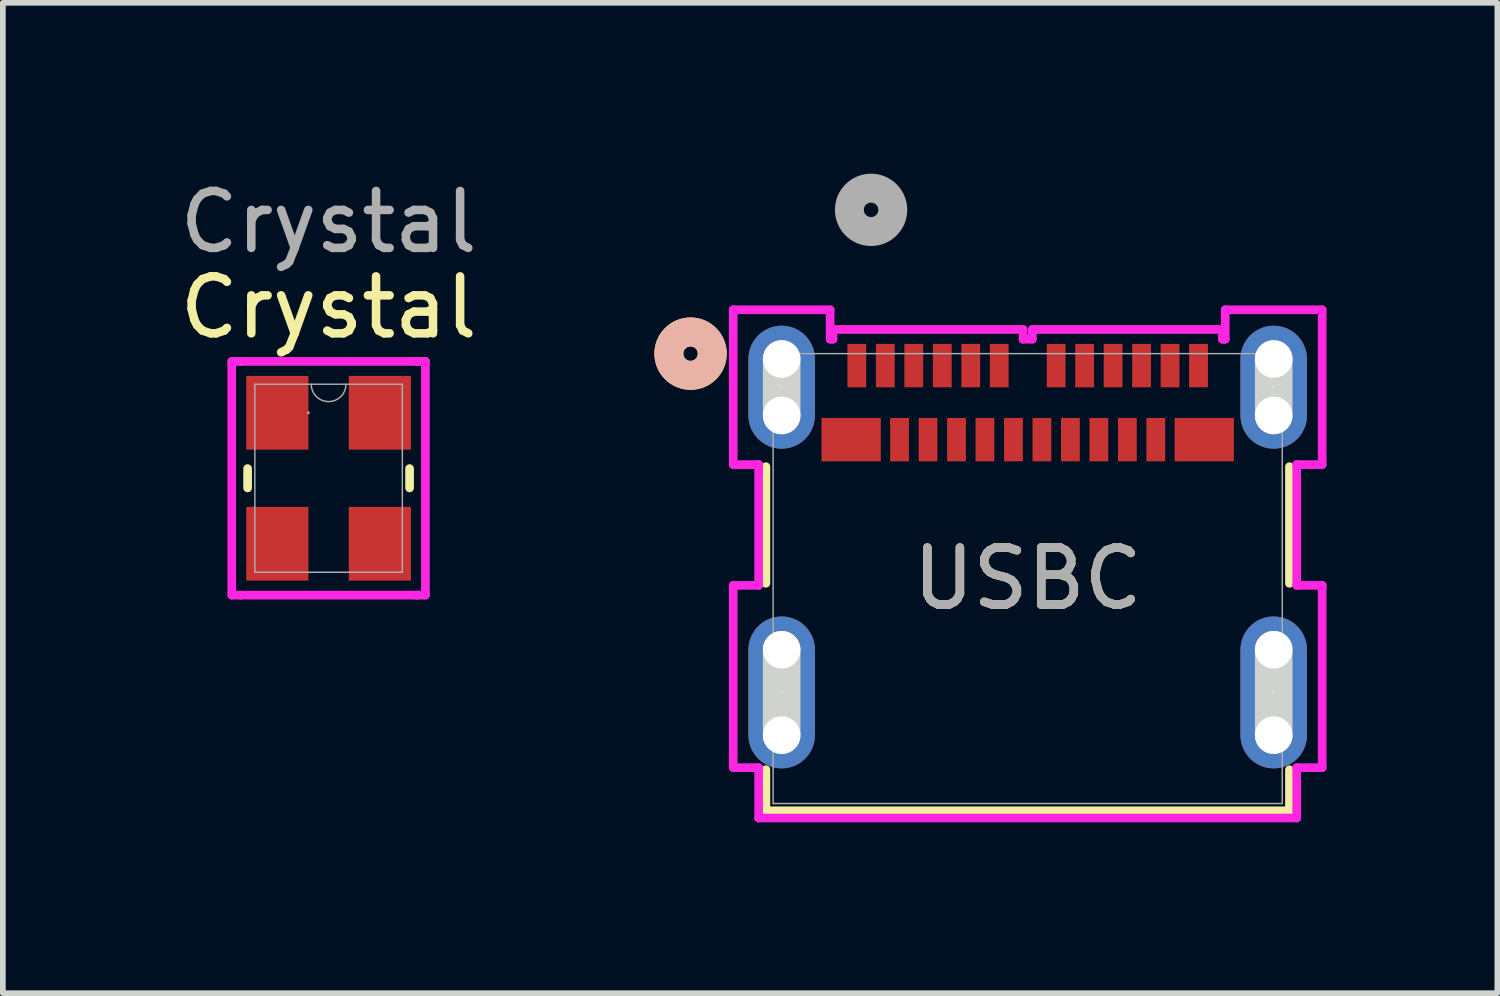
<source format=kicad_pcb>
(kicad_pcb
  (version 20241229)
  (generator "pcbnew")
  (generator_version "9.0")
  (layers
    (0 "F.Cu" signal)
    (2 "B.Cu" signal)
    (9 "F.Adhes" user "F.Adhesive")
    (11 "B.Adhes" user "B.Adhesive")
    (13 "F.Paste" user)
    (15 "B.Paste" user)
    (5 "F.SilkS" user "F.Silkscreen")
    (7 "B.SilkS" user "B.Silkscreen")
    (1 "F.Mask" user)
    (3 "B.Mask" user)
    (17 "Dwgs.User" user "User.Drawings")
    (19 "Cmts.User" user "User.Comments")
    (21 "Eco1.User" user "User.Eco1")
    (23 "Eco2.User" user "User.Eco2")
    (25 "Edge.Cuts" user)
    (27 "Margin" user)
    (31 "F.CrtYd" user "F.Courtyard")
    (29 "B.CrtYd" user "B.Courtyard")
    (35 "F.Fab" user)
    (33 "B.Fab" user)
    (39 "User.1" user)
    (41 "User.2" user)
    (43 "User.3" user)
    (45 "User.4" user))
  (footprint "USBC"
    (layer "F.Cu")
    (at 14.996 7.11)
    (property "Reference" "USBC" (at 0 0 0) (unlocked yes) (layer "F.SilkS") (effects (font (size 1 1) (thickness 0.15))))
    (attr smd)
    (fp_line (start -4.597 0.083) (end -4.597 -1.965) (stroke (width 0.152) (type solid)) (layer "F.SilkS"))
    (fp_line (start -4.597 4.077) (end -4.597 3.356) (stroke (width 0.152) (type solid)) (layer "F.SilkS"))
    (fp_line (start 4.597 -1.965) (end 4.597 0.083) (stroke (width 0.152) (type solid)) (layer "F.SilkS"))
    (fp_line (start 4.597 3.356) (end 4.597 4.077) (stroke (width 0.152) (type solid)) (layer "F.SilkS"))
    (fp_line (start 4.597 4.077) (end -4.597 4.077) (stroke (width 0.152) (type solid)) (layer "F.SilkS"))
    (fp_circle (center -5.92 -3.95) (end -5.539 -3.95) (stroke (width 0.508) (type solid)) (fill no) (layer "F.SilkS"))
    (fp_circle (center -5.92 -3.95) (end -5.539 -3.95) (stroke (width 0.508) (type solid)) (fill no) (layer "B.SilkS"))
    (fp_line (start -4.32 -2.865) (end -4.32 -3.856) (stroke (width 0.66) (type solid)) (layer "Edge.Cuts"))
    (fp_line (start -4.32 2.749) (end -4.32 1.25) (stroke (width 0.66) (type solid)) (layer "Edge.Cuts"))
    (fp_line (start 4.32 -2.865) (end 4.32 -3.856) (stroke (width 0.66) (type solid)) (layer "Edge.Cuts"))
    (fp_line (start 4.32 2.749) (end 4.32 1.25) (stroke (width 0.66) (type solid)) (layer "Edge.Cuts"))
    (fp_line (start -5.171 -4.72) (end -5.171 -2.002) (stroke (width 0.152) (type solid)) (layer "F.CrtYd"))
    (fp_line (start -5.171 -2.002) (end -4.724 -2.002) (stroke (width 0.152) (type solid)) (layer "F.CrtYd"))
    (fp_line (start -5.171 0.119) (end -5.171 3.32) (stroke (width 0.152) (type solid)) (layer "F.CrtYd"))
    (fp_line (start -5.171 3.32) (end -4.724 3.32) (stroke (width 0.152) (type solid)) (layer "F.CrtYd"))
    (fp_line (start -4.724 -2.002) (end -4.724 0.119) (stroke (width 0.152) (type solid)) (layer "F.CrtYd"))
    (fp_line (start -4.724 0.119) (end -5.171 0.119) (stroke (width 0.152) (type solid)) (layer "F.CrtYd"))
    (fp_line (start -4.724 3.32) (end -4.724 4.204) (stroke (width 0.152) (type solid)) (layer "F.CrtYd"))
    (fp_line (start -4.724 4.204) (end 4.724 4.204) (stroke (width 0.152) (type solid)) (layer "F.CrtYd"))
    (fp_line (start -3.469 -4.72) (end -5.171 -4.72) (stroke (width 0.152) (type solid)) (layer "F.CrtYd"))
    (fp_line (start -3.469 -4.204) (end -3.469 -4.72) (stroke (width 0.152) (type solid)) (layer "F.CrtYd"))
    (fp_line (start -3.419 -4.375) (end -3.419 -4.204) (stroke (width 0.152) (type solid)) (layer "F.CrtYd"))
    (fp_line (start -3.419 -4.204) (end -3.469 -4.204) (stroke (width 0.152) (type solid)) (layer "F.CrtYd"))
    (fp_line (start -0.081 -4.375) (end -3.419 -4.375) (stroke (width 0.152) (type solid)) (layer "F.CrtYd"))
    (fp_line (start -0.081 -4.204) (end -0.081 -4.375) (stroke (width 0.152) (type solid)) (layer "F.CrtYd"))
    (fp_line (start 0.081 -4.375) (end 0.081 -4.204) (stroke (width 0.152) (type solid)) (layer "F.CrtYd"))
    (fp_line (start 0.081 -4.204) (end -0.081 -4.204) (stroke (width 0.152) (type solid)) (layer "F.CrtYd"))
    (fp_line (start 3.419 -4.375) (end 0.081 -4.375) (stroke (width 0.152) (type solid)) (layer "F.CrtYd"))
    (fp_line (start 3.419 -4.204) (end 3.419 -4.375) (stroke (width 0.152) (type solid)) (layer "F.CrtYd"))
    (fp_line (start 3.469 -4.72) (end 3.469 -4.204) (stroke (width 0.152) (type solid)) (layer "F.CrtYd"))
    (fp_line (start 3.469 -4.204) (end 3.419 -4.204) (stroke (width 0.152) (type solid)) (layer "F.CrtYd"))
    (fp_line (start 4.724 -2.002) (end 5.171 -2.002) (stroke (width 0.152) (type solid)) (layer "F.CrtYd"))
    (fp_line (start 4.724 0.119) (end 4.724 -2.002) (stroke (width 0.152) (type solid)) (layer "F.CrtYd"))
    (fp_line (start 4.724 3.32) (end 5.171 3.32) (stroke (width 0.152) (type solid)) (layer "F.CrtYd"))
    (fp_line (start 4.724 4.204) (end 4.724 3.32) (stroke (width 0.152) (type solid)) (layer "F.CrtYd"))
    (fp_line (start 5.171 -4.72) (end 3.469 -4.72) (stroke (width 0.152) (type solid)) (layer "F.CrtYd"))
    (fp_line (start 5.171 -2.002) (end 5.171 -4.72) (stroke (width 0.152) (type solid)) (layer "F.CrtYd"))
    (fp_line (start 5.171 0.119) (end 4.724 0.119) (stroke (width 0.152) (type solid)) (layer "F.CrtYd"))
    (fp_line (start 5.171 3.32) (end 5.171 0.119) (stroke (width 0.152) (type solid)) (layer "F.CrtYd"))
    (fp_line (start -4.47 -3.95) (end -4.47 3.95) (stroke (width 0.025) (type solid)) (layer "F.Fab"))
    (fp_line (start -4.47 3.95) (end 4.47 3.95) (stroke (width 0.025) (type solid)) (layer "F.Fab"))
    (fp_line (start 4.47 -3.95) (end -4.47 -3.95) (stroke (width 0.025) (type solid)) (layer "F.Fab"))
    (fp_line (start 4.47 3.95) (end 4.47 -3.95) (stroke (width 0.025) (type solid)) (layer "F.Fab"))
    (fp_circle (center -2.75 -6.475) (end -2.369 -6.475) (stroke (width 0.508) (type solid)) (fill no) (layer "F.Fab"))
    (fp_text user "${REFERENCE}" (at 0 0 0) (unlocked yes) (layer "F.Fab") (effects (font (size 1 1) (thickness 0.15))))
    (pad "" np_thru_hole circle (at -4.32 -3.856) (size 0.66 0.66) (drill 0.66) (layers "*.Cu" "*.Mask"))
    (pad "" np_thru_hole circle (at -4.32 -2.865) (size 0.66 0.66) (drill 0.66) (layers "*.Cu" "*.Mask"))
    (pad "" np_thru_hole circle (at -4.32 1.25) (size 0.66 0.66) (drill 0.66) (layers "*.Cu" "*.Mask"))
    (pad "" np_thru_hole circle (at -4.32 2.749) (size 0.66 0.66) (drill 0.66) (layers "*.Cu" "*.Mask"))
    (pad "" np_thru_hole circle (at 4.32 -3.856) (size 0.66 0.66) (drill 0.66) (layers "*.Cu" "*.Mask"))
    (pad "" np_thru_hole circle (at 4.32 -2.865) (size 0.66 0.66) (drill 0.66) (layers "*.Cu" "*.Mask"))
    (pad "" np_thru_hole circle (at 4.32 1.25) (size 0.66 0.66) (drill 0.66) (layers "*.Cu" "*.Mask"))
    (pad "" np_thru_hole circle (at 4.32 2.749) (size 0.66 0.66) (drill 0.66) (layers "*.Cu" "*.Mask"))
    (pad "25" thru_hole oval (at -4.32 1.999 90) (size 2.667 1.168) (drill 0.025) (layers "*.Cu" "*.Mask"))
    (pad "26" thru_hole oval (at 4.32 1.999 90) (size 2.667 1.168) (drill 0.025) (layers "*.Cu" "*.Mask"))
    (pad "27" thru_hole oval (at -4.32 -3.361 90) (size 2.159 1.168) (drill 0.025) (layers "*.Cu" "*.Mask"))
    (pad "28" thru_hole oval (at 4.32 -3.361 90) (size 2.159 1.168) (drill 0.025) (layers "*.Cu" "*.Mask"))
    (pad "A1" smd rect (at -3 -3.74) (size 0.33 0.762) (layers "F.Cu" "F.Mask" "F.Paste"))
    (pad "A2" smd rect (at -2.5 -3.74) (size 0.33 0.762) (layers "F.Cu" "F.Mask" "F.Paste"))
    (pad "A3" smd rect (at -2 -3.74) (size 0.33 0.762) (layers "F.Cu" "F.Mask" "F.Paste"))
    (pad "A4" smd rect (at -1.5 -3.74) (size 0.33 0.762) (layers "F.Cu" "F.Mask" "F.Paste"))
    (pad "A5" smd rect (at -1 -3.74) (size 0.33 0.762) (layers "F.Cu" "F.Mask" "F.Paste"))
    (pad "A6" smd rect (at -0.5 -3.74) (size 0.33 0.762) (layers "F.Cu" "F.Mask" "F.Paste"))
    (pad "A7" smd rect (at 0.5 -3.74) (size 0.33 0.762) (layers "F.Cu" "F.Mask" "F.Paste"))
    (pad "A8" smd rect (at 1 -3.74) (size 0.33 0.762) (layers "F.Cu" "F.Mask" "F.Paste"))
    (pad "A9" smd rect (at 1.5 -3.74) (size 0.33 0.762) (layers "F.Cu" "F.Mask" "F.Paste"))
    (pad "A10" smd rect (at 2 -3.74) (size 0.33 0.762) (layers "F.Cu" "F.Mask" "F.Paste"))
    (pad "A11" smd rect (at 2.5 -3.74) (size 0.33 0.762) (layers "F.Cu" "F.Mask" "F.Paste"))
    (pad "A12" smd rect (at 3 -3.74) (size 0.33 0.762) (layers "F.Cu" "F.Mask" "F.Paste"))
    (pad "B1" smd rect (at 3.1 -2.44) (size 1.041 0.762) (layers "F.Cu" "F.Mask" "F.Paste"))
    (pad "B2" smd rect (at 2.25 -2.44) (size 0.33 0.762) (layers "F.Cu" "F.Mask" "F.Paste"))
    (pad "B3" smd rect (at 1.75 -2.44) (size 0.33 0.762) (layers "F.Cu" "F.Mask" "F.Paste"))
    (pad "B4" smd rect (at 1.25 -2.44) (size 0.33 0.762) (layers "F.Cu" "F.Mask" "F.Paste"))
    (pad "B5" smd rect (at 0.75 -2.44) (size 0.33 0.762) (layers "F.Cu" "F.Mask" "F.Paste"))
    (pad "B6" smd rect (at 0.25 -2.44) (size 0.33 0.762) (layers "F.Cu" "F.Mask" "F.Paste"))
    (pad "B7" smd rect (at -0.25 -2.44) (size 0.33 0.762) (layers "F.Cu" "F.Mask" "F.Paste"))
    (pad "B8" smd rect (at -0.75 -2.44) (size 0.33 0.762) (layers "F.Cu" "F.Mask" "F.Paste"))
    (pad "B9" smd rect (at -1.25 -2.44) (size 0.33 0.762) (layers "F.Cu" "F.Mask" "F.Paste"))
    (pad "B10" smd rect (at -1.75 -2.44) (size 0.33 0.762) (layers "F.Cu" "F.Mask" "F.Paste"))
    (pad "B11" smd rect (at -2.25 -2.44) (size 0.33 0.762) (layers "F.Cu" "F.Mask" "F.Paste"))
    (pad "B12" smd rect (at -3.1 -2.44) (size 1.041 0.762) (layers "F.Cu" "F.Mask" "F.Paste")))
  (footprint "Crystal"
    (layer "F.Cu")
    (at 2.72 5.348)
    (property "Reference" "Crystal" (at 0 -3 0) (unlocked yes) (layer "F.SilkS") (effects (font (size 1 1) (thickness 0.15))))
    (attr smd)
    (fp_line (start -1.422 -0.17) (end -1.422 0.17) (stroke (width 0.152) (type solid)) (layer "F.SilkS"))
    (fp_line (start 1.422 0.17) (end 1.422 -0.17) (stroke (width 0.152) (type solid)) (layer "F.SilkS"))
    (fp_line (start -1.7 -2.052) (end -1.549 -2.052) (stroke (width 0.152) (type solid)) (layer "F.CrtYd"))
    (fp_line (start -1.7 2.052) (end -1.7 -2.052) (stroke (width 0.152) (type solid)) (layer "F.CrtYd"))
    (fp_line (start -1.7 2.052) (end -1.549 2.052) (stroke (width 0.152) (type solid)) (layer "F.CrtYd"))
    (fp_line (start -1.549 -2.052) (end -1.549 -2.052) (stroke (width 0.152) (type solid)) (layer "F.CrtYd"))
    (fp_line (start -1.549 -2.052) (end 1.549 -2.052) (stroke (width 0.152) (type solid)) (layer "F.CrtYd"))
    (fp_line (start -1.549 2.052) (end -1.549 2.052) (stroke (width 0.152) (type solid)) (layer "F.CrtYd"))
    (fp_line (start 1.549 -2.052) (end 1.549 -2.052) (stroke (width 0.152) (type solid)) (layer "F.CrtYd"))
    (fp_line (start 1.549 2.052) (end -1.549 2.052) (stroke (width 0.152) (type solid)) (layer "F.CrtYd"))
    (fp_line (start 1.549 2.052) (end 1.549 2.052) (stroke (width 0.152) (type solid)) (layer "F.CrtYd"))
    (fp_line (start 1.7 -2.052) (end 1.549 -2.052) (stroke (width 0.152) (type solid)) (layer "F.CrtYd"))
    (fp_line (start 1.7 -2.052) (end 1.7 2.052) (stroke (width 0.152) (type solid)) (layer "F.CrtYd"))
    (fp_line (start 1.7 2.052) (end 1.549 2.052) (stroke (width 0.152) (type solid)) (layer "F.CrtYd"))
    (fp_line (start -1.295 -1.651) (end -1.295 1.651) (stroke (width 0.025) (type solid)) (layer "F.Fab"))
    (fp_line (start -1.295 1.651) (end 1.295 1.651) (stroke (width 0.025) (type solid)) (layer "F.Fab"))
    (fp_line (start 1.295 -1.651) (end -1.295 -1.651) (stroke (width 0.025) (type solid)) (layer "F.Fab"))
    (fp_line (start 1.295 1.651) (end 1.295 -1.651) (stroke (width 0.025) (type solid)) (layer "F.Fab"))
    (fp_arc (start 0.3048 -1.651) (mid 0 -1.3462) (end -0.3048 -1.651) (stroke (width 0.0254) (type solid)) (layer "F.Fab"))
    (fp_circle (center -0.354 -1.15) (end -0.354 -1.15) (stroke (width 0.025) (type solid)) (fill no) (layer "F.Fab"))
    (fp_text user "${REFERENCE}" (at 0 -4.5 0) (unlocked yes) (layer "F.Fab") (effects (font (size 1 1) (thickness 0.15))))
    (pad "1" smd rect (at -0.9 -1.15) (size 1.092 1.295) (layers "F.Cu" "F.Mask" "F.Paste"))
    (pad "2" smd rect (at -0.9 1.15) (size 1.092 1.295) (layers "F.Cu" "F.Mask" "F.Paste"))
    (pad "3" smd rect (at 0.9 1.15) (size 1.092 1.295) (layers "F.Cu" "F.Mask" "F.Paste"))
    (pad "4" smd rect (at 0.9 -1.15) (size 1.092 1.295) (layers "F.Cu" "F.Mask" "F.Paste")))
  (gr_rect
    (start -3 -3)
    (end 23.243 14.39)
    (stroke (width 0.1) (type default))
    (fill no)
    (layer "Edge.Cuts")))
</source>
